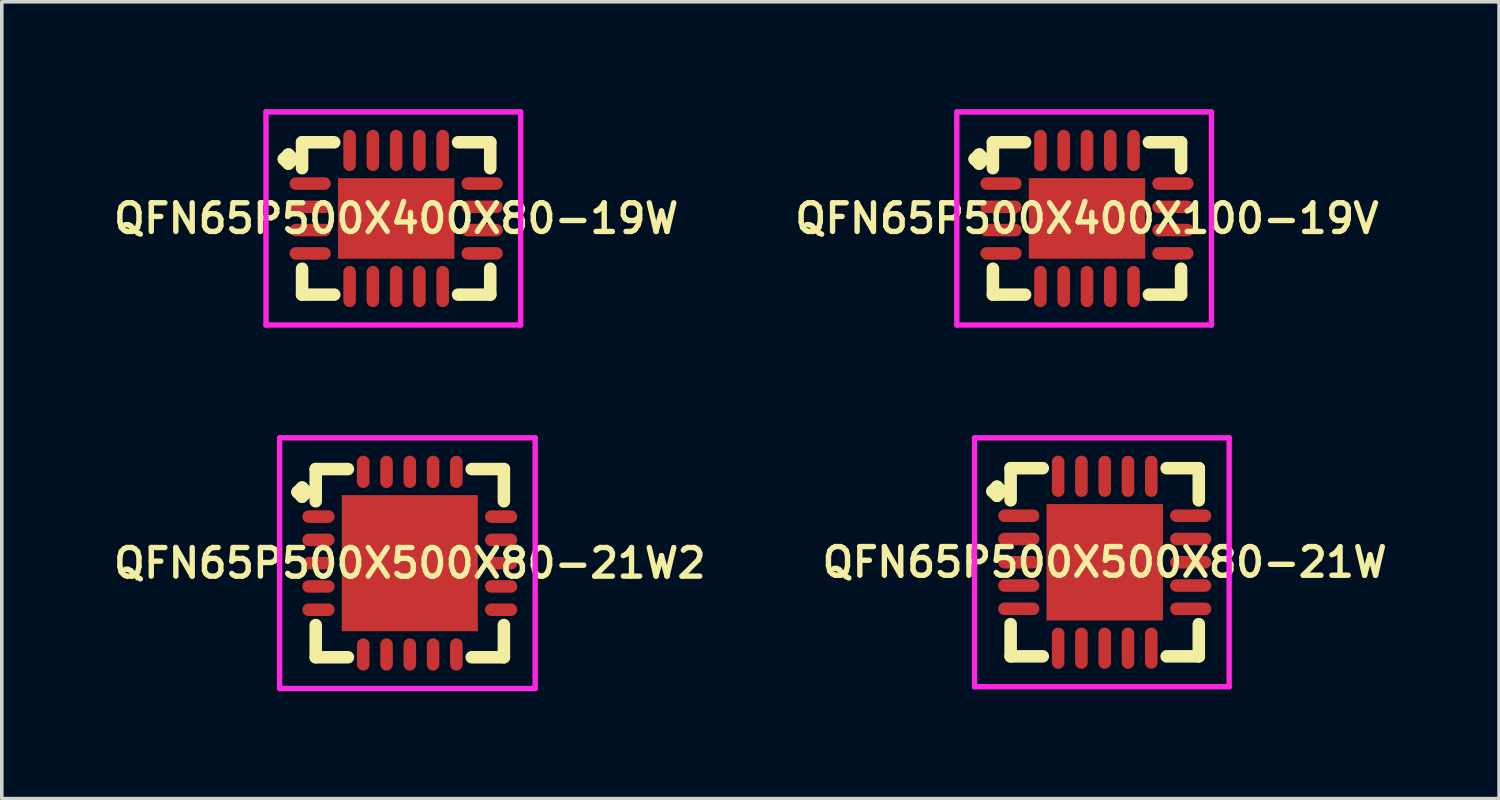
<source format=kicad_pcb>
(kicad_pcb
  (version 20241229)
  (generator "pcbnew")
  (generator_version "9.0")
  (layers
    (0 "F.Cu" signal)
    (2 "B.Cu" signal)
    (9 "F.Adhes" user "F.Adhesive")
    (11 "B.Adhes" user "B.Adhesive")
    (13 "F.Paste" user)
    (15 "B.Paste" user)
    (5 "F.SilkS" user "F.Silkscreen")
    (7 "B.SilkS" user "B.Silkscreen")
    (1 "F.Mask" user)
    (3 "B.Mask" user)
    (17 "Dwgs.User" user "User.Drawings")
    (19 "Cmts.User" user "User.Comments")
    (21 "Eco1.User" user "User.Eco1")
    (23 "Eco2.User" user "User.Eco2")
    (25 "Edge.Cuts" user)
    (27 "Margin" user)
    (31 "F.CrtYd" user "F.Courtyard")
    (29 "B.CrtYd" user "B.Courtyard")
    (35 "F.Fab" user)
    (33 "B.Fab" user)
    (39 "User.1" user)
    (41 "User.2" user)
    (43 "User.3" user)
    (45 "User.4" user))
  (footprint "QFN65P500X400X100-19V"
    (layer "F.Cu")
    (at 27.302 3.05)
    (property "Reference" "QFN65P500X400X100-19V" (at 0 0 0) (layer "F.SilkS") (effects (font (size 0.8 0.8) (thickness 0.15))))
    (attr through_hole)
    (fp_line (start -3.135 -1.658) (end -3.008 -1.785) (stroke (width 0.35) (type solid)) (layer "F.SilkS"))
    (fp_line (start -3.008 -1.785) (end -2.881 -1.658) (stroke (width 0.35) (type solid)) (layer "F.SilkS"))
    (fp_line (start -3.008 -1.531) (end -3.135 -1.658) (stroke (width 0.35) (type solid)) (layer "F.SilkS"))
    (fp_line (start -2.881 -1.658) (end -3.008 -1.531) (stroke (width 0.35) (type solid)) (layer "F.SilkS"))
    (fp_line (start -2.627 -2.127) (end -1.729 -2.127) (stroke (width 0.35) (type solid)) (layer "F.SilkS"))
    (fp_line (start -2.627 -1.404) (end -2.627 -2.127) (stroke (width 0.35) (type solid)) (layer "F.SilkS"))
    (fp_line (start -2.627 1.404) (end -2.627 2.127) (stroke (width 0.35) (type solid)) (layer "F.SilkS"))
    (fp_line (start -2.627 2.127) (end -1.729 2.127) (stroke (width 0.35) (type solid)) (layer "F.SilkS"))
    (fp_line (start 1.729 -2.127) (end 2.627 -2.127) (stroke (width 0.35) (type solid)) (layer "F.SilkS"))
    (fp_line (start 1.729 2.127) (end 2.627 2.127) (stroke (width 0.35) (type solid)) (layer "F.SilkS"))
    (fp_line (start 2.627 -2.127) (end 2.627 -1.404) (stroke (width 0.35) (type solid)) (layer "F.SilkS"))
    (fp_line (start 2.627 2.127) (end 2.627 1.404) (stroke (width 0.35) (type solid)) (layer "F.SilkS"))
    (fp_line (start -3.635 -2.975) (end 3.475 -2.975) (stroke (width 0.15) (type solid)) (layer "F.CrtYd"))
    (fp_line (start -3.635 2.975) (end -3.635 -2.975) (stroke (width 0.15) (type solid)) (layer "F.CrtYd"))
    (fp_line (start 3.475 -2.975) (end 3.475 2.975) (stroke (width 0.15) (type solid)) (layer "F.CrtYd"))
    (fp_line (start 3.475 2.975) (end -3.635 2.975) (stroke (width 0.15) (type solid)) (layer "F.CrtYd"))
    (pad "1" smd oval (at -2.4 -0.975) (size 1.15 0.35) (layers "F.Cu" "F.Mask" "F.Paste"))
    (pad "2" smd oval (at -2.4 -0.325) (size 1.15 0.35) (layers "F.Cu" "F.Mask" "F.Paste"))
    (pad "3" smd oval (at -2.4 0.325) (size 1.15 0.35) (layers "F.Cu" "F.Mask" "F.Paste"))
    (pad "4" smd oval (at -2.4 0.975) (size 1.15 0.35) (layers "F.Cu" "F.Mask" "F.Paste"))
    (pad "5" smd oval (at -1.3 1.9) (size 0.35 1.15) (layers "F.Cu" "F.Mask" "F.Paste"))
    (pad "6" smd oval (at -0.65 1.9) (size 0.35 1.15) (layers "F.Cu" "F.Mask" "F.Paste"))
    (pad "7" smd oval (at 0 1.9) (size 0.35 1.15) (layers "F.Cu" "F.Mask" "F.Paste"))
    (pad "8" smd oval (at 0.65 1.9) (size 0.35 1.15) (layers "F.Cu" "F.Mask" "F.Paste"))
    (pad "9" smd oval (at 1.3 1.9) (size 0.35 1.15) (layers "F.Cu" "F.Mask" "F.Paste"))
    (pad "10" smd oval (at 2.4 0.975) (size 1.15 0.35) (layers "F.Cu" "F.Mask" "F.Paste"))
    (pad "11" smd oval (at 2.4 0.325) (size 1.15 0.35) (layers "F.Cu" "F.Mask" "F.Paste"))
    (pad "12" smd oval (at 2.4 -0.325) (size 1.15 0.35) (layers "F.Cu" "F.Mask" "F.Paste"))
    (pad "13" smd oval (at 2.4 -0.975) (size 1.15 0.35) (layers "F.Cu" "F.Mask" "F.Paste"))
    (pad "14" smd oval (at 1.3 -1.9) (size 0.35 1.15) (layers "F.Cu" "F.Mask" "F.Paste"))
    (pad "15" smd oval (at 0.65 -1.9) (size 0.35 1.15) (layers "F.Cu" "F.Mask" "F.Paste"))
    (pad "16" smd oval (at 0 -1.9) (size 0.35 1.15) (layers "F.Cu" "F.Mask" "F.Paste"))
    (pad "17" smd oval (at -0.65 -1.9) (size 0.35 1.15) (layers "F.Cu" "F.Mask" "F.Paste"))
    (pad "18" smd oval (at -1.3 -1.9) (size 0.35 1.15) (layers "F.Cu" "F.Mask" "F.Paste"))
    (pad "19" smd rect (at 0 0) (size 3.25 2.25) (layers "F.Cu" "F.Mask" "F.Paste")))
  (footprint "QFN65P500X500X80-21W2"
    (layer "F.Cu")
    (at 8.393 12.675)
    (property "Reference" "QFN65P500X500X80-21W2" (at 0 0 0) (layer "F.SilkS") (effects (font (size 0.8 0.8) (thickness 0.15))))
    (attr through_hole)
    (fp_line (start -3.135 -1.983) (end -3.008 -2.11) (stroke (width 0.35) (type solid)) (layer "F.SilkS"))
    (fp_line (start -3.008 -2.11) (end -2.881 -1.983) (stroke (width 0.35) (type solid)) (layer "F.SilkS"))
    (fp_line (start -3.008 -1.856) (end -3.135 -1.983) (stroke (width 0.35) (type solid)) (layer "F.SilkS"))
    (fp_line (start -2.881 -1.983) (end -3.008 -1.856) (stroke (width 0.35) (type solid)) (layer "F.SilkS"))
    (fp_line (start -2.627 -2.627) (end -1.729 -2.627) (stroke (width 0.35) (type solid)) (layer "F.SilkS"))
    (fp_line (start -2.627 -1.729) (end -2.627 -2.627) (stroke (width 0.35) (type solid)) (layer "F.SilkS"))
    (fp_line (start -2.627 1.729) (end -2.627 2.627) (stroke (width 0.35) (type solid)) (layer "F.SilkS"))
    (fp_line (start -2.627 2.627) (end -1.729 2.627) (stroke (width 0.35) (type solid)) (layer "F.SilkS"))
    (fp_line (start 1.729 -2.627) (end 2.627 -2.627) (stroke (width 0.35) (type solid)) (layer "F.SilkS"))
    (fp_line (start 1.729 2.627) (end 2.627 2.627) (stroke (width 0.35) (type solid)) (layer "F.SilkS"))
    (fp_line (start 2.627 -2.627) (end 2.627 -1.729) (stroke (width 0.35) (type solid)) (layer "F.SilkS"))
    (fp_line (start 2.627 2.627) (end 2.627 1.729) (stroke (width 0.35) (type solid)) (layer "F.SilkS"))
    (fp_line (start -3.635 -3.5) (end 3.5 -3.5) (stroke (width 0.15) (type solid)) (layer "F.CrtYd"))
    (fp_line (start -3.635 3.5) (end -3.635 -3.5) (stroke (width 0.15) (type solid)) (layer "F.CrtYd"))
    (fp_line (start 3.5 -3.5) (end 3.5 3.5) (stroke (width 0.15) (type solid)) (layer "F.CrtYd"))
    (fp_line (start 3.5 3.5) (end -3.635 3.5) (stroke (width 0.15) (type solid)) (layer "F.CrtYd"))
    (pad "1" smd oval (at -2.55 -1.3) (size 0.9 0.35) (layers "F.Cu" "F.Mask" "F.Paste"))
    (pad "2" smd oval (at -2.55 -0.65) (size 0.9 0.35) (layers "F.Cu" "F.Mask" "F.Paste"))
    (pad "3" smd oval (at -2.55 0) (size 0.9 0.35) (layers "F.Cu" "F.Mask" "F.Paste"))
    (pad "4" smd oval (at -2.55 0.65) (size 0.9 0.35) (layers "F.Cu" "F.Mask" "F.Paste"))
    (pad "5" smd oval (at -2.55 1.3) (size 0.9 0.35) (layers "F.Cu" "F.Mask" "F.Paste"))
    (pad "6" smd oval (at -1.3 2.55) (size 0.35 0.9) (layers "F.Cu" "F.Mask" "F.Paste"))
    (pad "7" smd oval (at -0.65 2.55) (size 0.35 0.9) (layers "F.Cu" "F.Mask" "F.Paste"))
    (pad "8" smd oval (at 0 2.55) (size 0.35 0.9) (layers "F.Cu" "F.Mask" "F.Paste"))
    (pad "9" smd oval (at 0.65 2.55) (size 0.35 0.9) (layers "F.Cu" "F.Mask" "F.Paste"))
    (pad "10" smd oval (at 1.3 2.55) (size 0.35 0.9) (layers "F.Cu" "F.Mask" "F.Paste"))
    (pad "11" smd oval (at 2.55 1.3) (size 0.9 0.35) (layers "F.Cu" "F.Mask" "F.Paste"))
    (pad "12" smd oval (at 2.55 0.65) (size 0.9 0.35) (layers "F.Cu" "F.Mask" "F.Paste"))
    (pad "13" smd oval (at 2.55 0) (size 0.9 0.35) (layers "F.Cu" "F.Mask" "F.Paste"))
    (pad "14" smd oval (at 2.55 -0.65) (size 0.9 0.35) (layers "F.Cu" "F.Mask" "F.Paste"))
    (pad "15" smd oval (at 2.55 -1.3) (size 0.9 0.35) (layers "F.Cu" "F.Mask" "F.Paste"))
    (pad "16" smd oval (at 1.3 -2.55) (size 0.35 0.9) (layers "F.Cu" "F.Mask" "F.Paste"))
    (pad "17" smd oval (at 0.65 -2.55) (size 0.35 0.9) (layers "F.Cu" "F.Mask" "F.Paste"))
    (pad "18" smd oval (at 0 -2.55) (size 0.35 0.9) (layers "F.Cu" "F.Mask" "F.Paste"))
    (pad "19" smd oval (at -0.65 -2.55) (size 0.35 0.9) (layers "F.Cu" "F.Mask" "F.Paste"))
    (pad "20" smd oval (at -1.3 -2.55) (size 0.35 0.9) (layers "F.Cu" "F.Mask" "F.Paste"))
    (pad "21" smd rect (at 0 0) (size 3.8 3.8) (layers "F.Cu" "F.Mask" "F.Paste")))
  (footprint "QFN65P500X500X80-21W"
    (layer "F.Cu")
    (at 27.797 12.65)
    (property "Reference" "QFN65P500X500X80-21W" (at 0 0 0) (layer "F.SilkS") (effects (font (size 0.8 0.8) (thickness 0.15))))
    (attr smd)
    (fp_line (start -3.135 -1.983) (end -3.008 -2.11) (stroke (width 0.35) (type solid)) (layer "F.SilkS"))
    (fp_line (start -3.008 -2.11) (end -2.881 -1.983) (stroke (width 0.35) (type solid)) (layer "F.SilkS"))
    (fp_line (start -3.008 -1.856) (end -3.135 -1.983) (stroke (width 0.35) (type solid)) (layer "F.SilkS"))
    (fp_line (start -2.881 -1.983) (end -3.008 -1.856) (stroke (width 0.35) (type solid)) (layer "F.SilkS"))
    (fp_line (start -2.627 -2.627) (end -1.729 -2.627) (stroke (width 0.35) (type solid)) (layer "F.SilkS"))
    (fp_line (start -2.627 -1.729) (end -2.627 -2.627) (stroke (width 0.35) (type solid)) (layer "F.SilkS"))
    (fp_line (start -2.627 1.729) (end -2.627 2.627) (stroke (width 0.35) (type solid)) (layer "F.SilkS"))
    (fp_line (start -2.627 2.627) (end -1.729 2.627) (stroke (width 0.35) (type solid)) (layer "F.SilkS"))
    (fp_line (start 1.729 -2.627) (end 2.627 -2.627) (stroke (width 0.35) (type solid)) (layer "F.SilkS"))
    (fp_line (start 1.729 2.627) (end 2.627 2.627) (stroke (width 0.35) (type solid)) (layer "F.SilkS"))
    (fp_line (start 2.627 -2.627) (end 2.627 -1.729) (stroke (width 0.35) (type solid)) (layer "F.SilkS"))
    (fp_line (start 2.627 2.627) (end 2.627 1.729) (stroke (width 0.35) (type solid)) (layer "F.SilkS"))
    (fp_line (start -3.635 -3.475) (end 3.475 -3.475) (stroke (width 0.15) (type solid)) (layer "F.CrtYd"))
    (fp_line (start -3.635 3.475) (end -3.635 -3.475) (stroke (width 0.15) (type solid)) (layer "F.CrtYd"))
    (fp_line (start 3.475 -3.475) (end 3.475 3.475) (stroke (width 0.15) (type solid)) (layer "F.CrtYd"))
    (fp_line (start 3.475 3.475) (end -3.635 3.475) (stroke (width 0.15) (type solid)) (layer "F.CrtYd"))
    (pad "1" smd oval (at -2.4 -1.3) (size 1.15 0.35) (layers "F.Cu" "F.Mask" "F.Paste"))
    (pad "2" smd oval (at -2.4 -0.65) (size 1.15 0.35) (layers "F.Cu" "F.Mask" "F.Paste"))
    (pad "3" smd oval (at -2.4 0) (size 1.15 0.35) (layers "F.Cu" "F.Mask" "F.Paste"))
    (pad "4" smd oval (at -2.4 0.65) (size 1.15 0.35) (layers "F.Cu" "F.Mask" "F.Paste"))
    (pad "5" smd oval (at -2.4 1.3) (size 1.15 0.35) (layers "F.Cu" "F.Mask" "F.Paste"))
    (pad "6" smd oval (at -1.3 2.4) (size 0.35 1.15) (layers "F.Cu" "F.Mask" "F.Paste"))
    (pad "7" smd oval (at -0.65 2.4) (size 0.35 1.15) (layers "F.Cu" "F.Mask" "F.Paste"))
    (pad "8" smd oval (at 0 2.4) (size 0.35 1.15) (layers "F.Cu" "F.Mask" "F.Paste"))
    (pad "9" smd oval (at 0.65 2.4) (size 0.35 1.15) (layers "F.Cu" "F.Mask" "F.Paste"))
    (pad "10" smd oval (at 1.3 2.4) (size 0.35 1.15) (layers "F.Cu" "F.Mask" "F.Paste"))
    (pad "11" smd oval (at 2.4 1.3) (size 1.15 0.35) (layers "F.Cu" "F.Mask" "F.Paste"))
    (pad "12" smd oval (at 2.4 0.65) (size 1.15 0.35) (layers "F.Cu" "F.Mask" "F.Paste"))
    (pad "13" smd oval (at 2.4 0) (size 1.15 0.35) (layers "F.Cu" "F.Mask" "F.Paste"))
    (pad "14" smd oval (at 2.4 -0.65) (size 1.15 0.35) (layers "F.Cu" "F.Mask" "F.Paste"))
    (pad "15" smd oval (at 2.4 -1.3) (size 1.15 0.35) (layers "F.Cu" "F.Mask" "F.Paste"))
    (pad "16" smd oval (at 1.3 -2.4) (size 0.35 1.15) (layers "F.Cu" "F.Mask" "F.Paste"))
    (pad "17" smd oval (at 0.65 -2.4) (size 0.35 1.15) (layers "F.Cu" "F.Mask" "F.Paste"))
    (pad "18" smd oval (at 0 -2.4) (size 0.35 1.15) (layers "F.Cu" "F.Mask" "F.Paste"))
    (pad "19" smd oval (at -0.65 -2.4) (size 0.35 1.15) (layers "F.Cu" "F.Mask" "F.Paste"))
    (pad "20" smd oval (at -1.3 -2.4) (size 0.35 1.15) (layers "F.Cu" "F.Mask" "F.Paste"))
    (pad "21" smd rect (at 0 0) (size 3.25 3.25) (layers "F.Cu" "F.Mask" "F.Paste")))
  (footprint "QFN65P500X400X80-19W"
    (layer "F.Cu")
    (at 8.012 3.05)
    (property "Reference" "QFN65P500X400X80-19W" (at 0 0 0) (layer "F.SilkS") (effects (font (size 0.8 0.8) (thickness 0.15))))
    (attr smd)
    (fp_line (start -3.135 -1.658) (end -3.008 -1.785) (stroke (width 0.35) (type solid)) (layer "F.SilkS"))
    (fp_line (start -3.008 -1.785) (end -2.881 -1.658) (stroke (width 0.35) (type solid)) (layer "F.SilkS"))
    (fp_line (start -3.008 -1.531) (end -3.135 -1.658) (stroke (width 0.35) (type solid)) (layer "F.SilkS"))
    (fp_line (start -2.881 -1.658) (end -3.008 -1.531) (stroke (width 0.35) (type solid)) (layer "F.SilkS"))
    (fp_line (start -2.627 -2.127) (end -1.729 -2.127) (stroke (width 0.35) (type solid)) (layer "F.SilkS"))
    (fp_line (start -2.627 -1.404) (end -2.627 -2.127) (stroke (width 0.35) (type solid)) (layer "F.SilkS"))
    (fp_line (start -2.627 1.404) (end -2.627 2.127) (stroke (width 0.35) (type solid)) (layer "F.SilkS"))
    (fp_line (start -2.627 2.127) (end -1.729 2.127) (stroke (width 0.35) (type solid)) (layer "F.SilkS"))
    (fp_line (start 1.729 -2.127) (end 2.627 -2.127) (stroke (width 0.35) (type solid)) (layer "F.SilkS"))
    (fp_line (start 1.729 2.127) (end 2.627 2.127) (stroke (width 0.35) (type solid)) (layer "F.SilkS"))
    (fp_line (start 2.627 -2.127) (end 2.627 -1.404) (stroke (width 0.35) (type solid)) (layer "F.SilkS"))
    (fp_line (start 2.627 2.127) (end 2.627 1.404) (stroke (width 0.35) (type solid)) (layer "F.SilkS"))
    (fp_line (start -3.635 -2.975) (end 3.475 -2.975) (stroke (width 0.15) (type solid)) (layer "F.CrtYd"))
    (fp_line (start -3.635 2.975) (end -3.635 -2.975) (stroke (width 0.15) (type solid)) (layer "F.CrtYd"))
    (fp_line (start 3.475 -2.975) (end 3.475 2.975) (stroke (width 0.15) (type solid)) (layer "F.CrtYd"))
    (fp_line (start 3.475 2.975) (end -3.635 2.975) (stroke (width 0.15) (type solid)) (layer "F.CrtYd"))
    (pad "1" smd oval (at -2.4 -0.975) (size 1.15 0.35) (layers "F.Cu" "F.Mask" "F.Paste"))
    (pad "2" smd oval (at -2.4 -0.325) (size 1.15 0.35) (layers "F.Cu" "F.Mask" "F.Paste"))
    (pad "3" smd oval (at -2.4 0.325) (size 1.15 0.35) (layers "F.Cu" "F.Mask" "F.Paste"))
    (pad "4" smd oval (at -2.4 0.975) (size 1.15 0.35) (layers "F.Cu" "F.Mask" "F.Paste"))
    (pad "5" smd oval (at -1.3 1.9) (size 0.35 1.15) (layers "F.Cu" "F.Mask" "F.Paste"))
    (pad "6" smd oval (at -0.65 1.9) (size 0.35 1.15) (layers "F.Cu" "F.Mask" "F.Paste"))
    (pad "7" smd oval (at 0 1.9) (size 0.35 1.15) (layers "F.Cu" "F.Mask" "F.Paste"))
    (pad "8" smd oval (at 0.65 1.9) (size 0.35 1.15) (layers "F.Cu" "F.Mask" "F.Paste"))
    (pad "9" smd oval (at 1.3 1.9) (size 0.35 1.15) (layers "F.Cu" "F.Mask" "F.Paste"))
    (pad "10" smd oval (at 2.4 0.975) (size 1.15 0.35) (layers "F.Cu" "F.Mask" "F.Paste"))
    (pad "11" smd oval (at 2.4 0.325) (size 1.15 0.35) (layers "F.Cu" "F.Mask" "F.Paste"))
    (pad "12" smd oval (at 2.4 -0.325) (size 1.15 0.35) (layers "F.Cu" "F.Mask" "F.Paste"))
    (pad "13" smd oval (at 2.4 -0.975) (size 1.15 0.35) (layers "F.Cu" "F.Mask" "F.Paste"))
    (pad "14" smd oval (at 1.3 -1.9) (size 0.35 1.15) (layers "F.Cu" "F.Mask" "F.Paste"))
    (pad "15" smd oval (at 0.65 -1.9) (size 0.35 1.15) (layers "F.Cu" "F.Mask" "F.Paste"))
    (pad "16" smd oval (at 0 -1.9) (size 0.35 1.15) (layers "F.Cu" "F.Mask" "F.Paste"))
    (pad "17" smd oval (at -0.65 -1.9) (size 0.35 1.15) (layers "F.Cu" "F.Mask" "F.Paste"))
    (pad "18" smd oval (at -1.3 -1.9) (size 0.35 1.15) (layers "F.Cu" "F.Mask" "F.Paste"))
    (pad "19" smd rect (at 0 0) (size 3.25 2.25) (layers "F.Cu" "F.Mask" "F.Paste")))
  (gr_rect
    (start -3 -3)
    (end 38.809 19.25)
    (stroke (width 0.1) (type default))
    (fill no)
    (layer "Edge.Cuts")))
</source>
